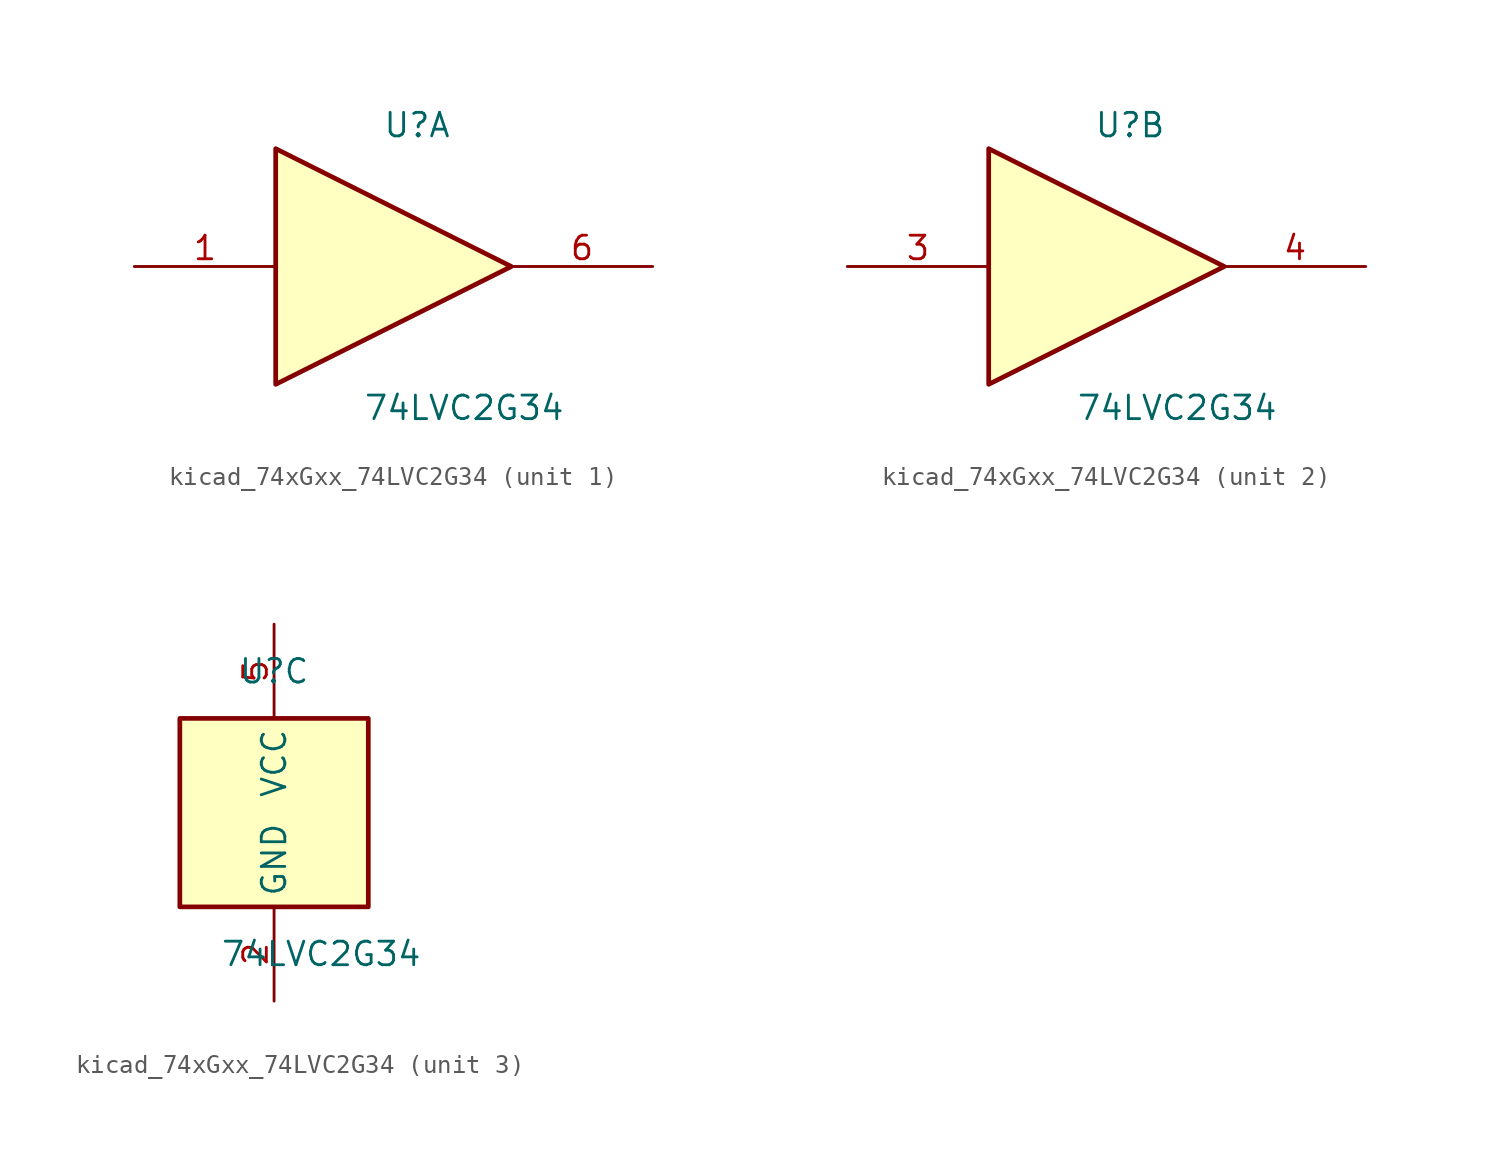
<source format=kicad_sym>
(kicad_symbol_lib
  (version 20220914)
  (generator kicad_symbol_editor)
  (symbol "kicad_74xGxx_74LVC2G34"
    (property "Reference" "U"
      (at 0 7.62 0)
      (effects (font (size 1.27 1.27))))
    (property "Value" "74LVC2G34"
      (at 2.54 -7.62 0)
      (effects (font (size 1.27 1.27))))
    (symbol "kicad_74xGxx_74LVC2G34_1_1"
      (polyline (pts (xy -7.62 6.35) (xy -7.62 -6.35) (xy 5.08 0) (xy -7.62 6.35)) (stroke (width 0.254) (type default)) (fill (type background)))
      (pin input line (at -15.24 0 0) (length 7.62) (name "~" (effects (font (size 1.27 1.27)))) (number "1" (effects (font (size 1.27 1.27)))))
      (pin output line (at 12.7 0 180) (length 7.62) (name "~" (effects (font (size 1.27 1.27)))) (number "6" (effects (font (size 1.27 1.27))))))
    (symbol "kicad_74xGxx_74LVC2G34_2_1"
      (polyline (pts (xy -7.62 6.35) (xy -7.62 -6.35) (xy 5.08 0) (xy -7.62 6.35)) (stroke (width 0.254) (type default)) (fill (type background)))
      (pin input line (at -15.24 0 0) (length 7.62) (name "~" (effects (font (size 1.27 1.27)))) (number "3" (effects (font (size 1.27 1.27)))))
      (pin output line (at 12.7 0 180) (length 7.62) (name "~" (effects (font (size 1.27 1.27)))) (number "4" (effects (font (size 1.27 1.27))))))
    (symbol "kicad_74xGxx_74LVC2G34_3_0"
      (rectangle (start -5.08 -5.08) (end 5.08 5.08) (stroke (width 0.254) (type default)) (fill (type background))))
    (symbol "kicad_74xGxx_74LVC2G34_3_1"
      (pin power_in line (at 0 -10.16 90) (length 5.08) (name "GND" (effects (font (size 1.27 1.27)))) (number "2" (effects (font (size 1.27 1.27)))))
      (pin power_in line (at 0 10.16 270) (length 5.08) (name "VCC" (effects (font (size 1.27 1.27)))) (number "5" (effects (font (size 1.27 1.27))))))))
</source>
